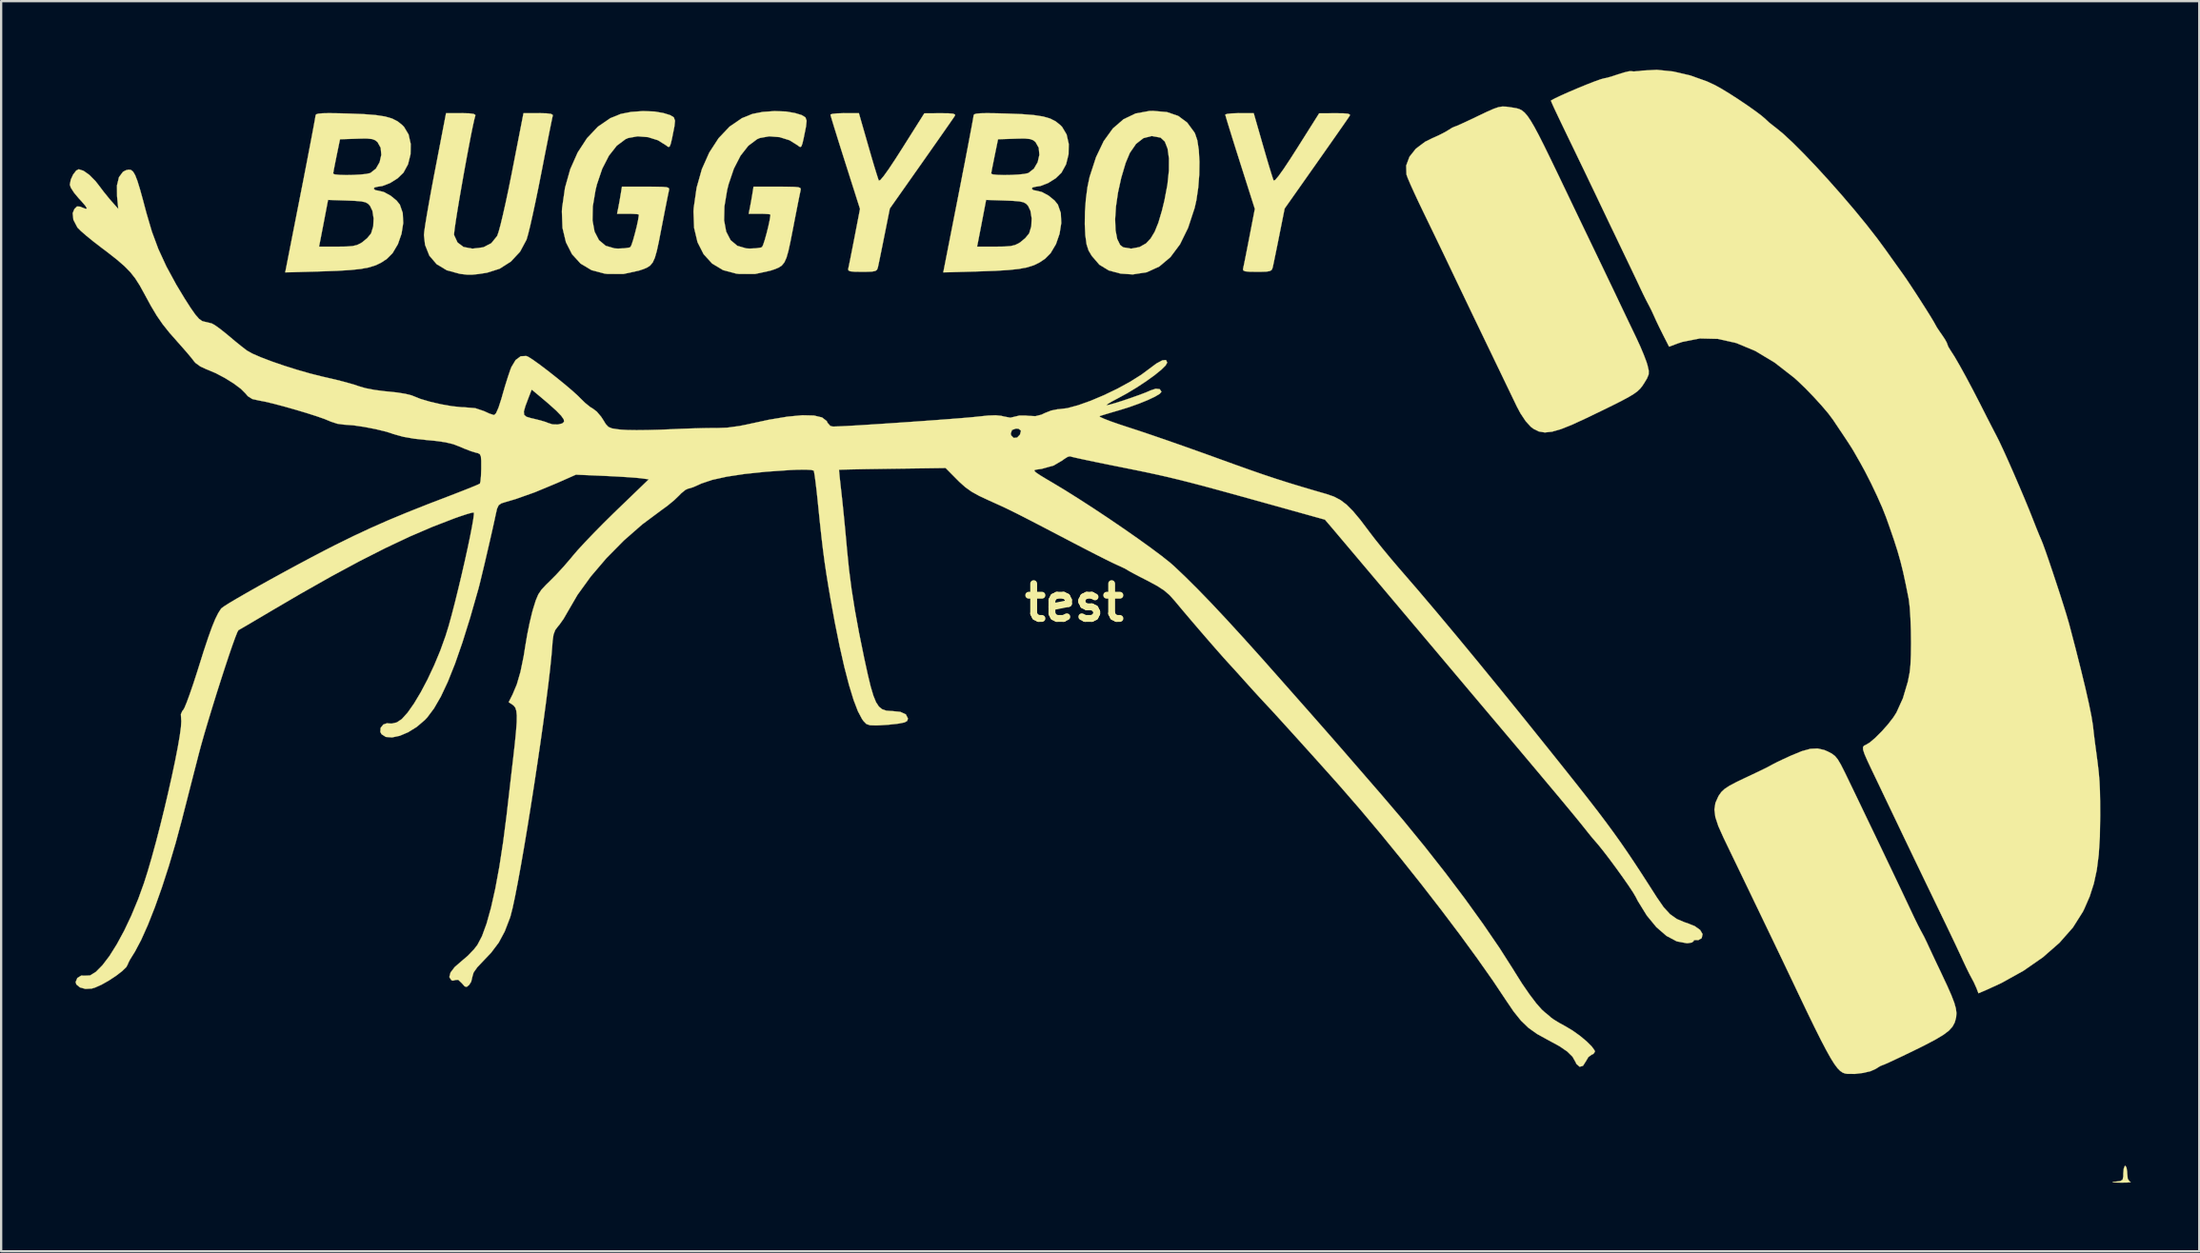
<source format=kicad_pcb>
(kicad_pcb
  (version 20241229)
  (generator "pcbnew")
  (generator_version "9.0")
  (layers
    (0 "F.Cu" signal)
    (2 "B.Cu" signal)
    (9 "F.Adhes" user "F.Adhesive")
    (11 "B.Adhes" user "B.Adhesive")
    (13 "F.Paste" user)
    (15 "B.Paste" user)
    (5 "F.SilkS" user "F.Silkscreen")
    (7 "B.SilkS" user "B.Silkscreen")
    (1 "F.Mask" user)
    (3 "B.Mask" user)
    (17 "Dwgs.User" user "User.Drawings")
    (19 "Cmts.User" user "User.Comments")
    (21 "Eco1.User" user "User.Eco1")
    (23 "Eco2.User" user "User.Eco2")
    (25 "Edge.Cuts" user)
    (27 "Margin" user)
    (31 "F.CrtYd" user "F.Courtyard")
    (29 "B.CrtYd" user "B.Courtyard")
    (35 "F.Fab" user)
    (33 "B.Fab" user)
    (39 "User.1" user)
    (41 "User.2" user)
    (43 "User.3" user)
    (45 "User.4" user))
  (footprint "test"
    (layer "F.Cu")
    (at 43.947 23.322)
    (property "Reference" "test" (at 0 0 0) (layer "F.SilkS") (effects (font (size 1.524 1.524) (thickness 0.3))))
    (attr through_hole)
    (fp_poly (pts (xy 46.027 24.713) (xy 46.057 24.9) (xy 46.059 24.97) (xy 46.083 25.211) (xy 46.164 25.325) (xy 46.207 25.342) (xy 46.205 25.36) (xy 46.063 25.372) (xy 45.81 25.376) (xy 45.762 25.375) (xy 45.511 25.37) (xy 45.413 25.359) (xy 45.476 25.343) (xy 45.529 25.338) (xy 45.755 25.31) (xy 45.859 25.248) (xy 45.888 25.103) (xy 45.889 24.972) (xy 45.908 24.762) (xy 45.956 24.646) (xy 45.974 24.638) (xy 46.027 24.713)) (stroke (width 0.01) (type solid)) (fill yes) (layer "F.SilkS"))
    (fp_poly (pts (xy -9.018 -20.003) (xy -8.882 -19.532) (xy -8.758 -19.114) (xy -8.655 -18.777) (xy -8.582 -18.551) (xy -8.552 -18.469) (xy -8.486 -18.495) (xy -8.34 -18.666) (xy -8.115 -18.98) (xy -7.814 -19.434) (xy -7.527 -19.883) (xy -6.562 -21.413) (xy -5.859 -21.417) (xy -5.511 -21.414) (xy -5.306 -21.397) (xy -5.219 -21.362) (xy -5.224 -21.308) (xy -5.289 -21.211) (xy -5.438 -20.995) (xy -5.659 -20.678) (xy -5.938 -20.279) (xy -6.263 -19.816) (xy -6.62 -19.308) (xy -6.681 -19.221) (xy -8.071 -17.248) (xy -8.31 -16.054) (xy -8.399 -15.61) (xy -8.48 -15.212) (xy -8.545 -14.897) (xy -8.587 -14.701) (xy -8.594 -14.668) (xy -8.63 -14.572) (xy -8.706 -14.515) (xy -8.86 -14.487) (xy -9.13 -14.478) (xy -9.282 -14.478) (xy -9.609 -14.482) (xy -9.798 -14.5) (xy -9.882 -14.539) (xy -9.892 -14.606) (xy -9.887 -14.626) (xy -9.858 -14.759) (xy -9.804 -15.025) (xy -9.732 -15.389) (xy -9.648 -15.818) (xy -9.612 -16.002) (xy -9.375 -17.23) (xy -10.021 -19.262) (xy -10.198 -19.82) (xy -10.356 -20.324) (xy -10.489 -20.752) (xy -10.59 -21.082) (xy -10.652 -21.292) (xy -10.668 -21.358) (xy -10.59 -21.388) (xy -10.385 -21.41) (xy -10.094 -21.42) (xy -10.047 -21.421) (xy -9.425 -21.421) (xy -9.018 -20.003)) (stroke (width 0.01) (type solid)) (fill yes) (layer "F.SilkS"))
    (fp_poly (pts (xy 8.254 -20.003) (xy 8.39 -19.532) (xy 8.514 -19.114) (xy 8.617 -18.777) (xy 8.69 -18.551) (xy 8.72 -18.469) (xy 8.786 -18.495) (xy 8.932 -18.666) (xy 9.157 -18.98) (xy 9.458 -19.434) (xy 9.745 -19.883) (xy 10.71 -21.413) (xy 11.413 -21.417) (xy 11.761 -21.414) (xy 11.966 -21.397) (xy 12.053 -21.362) (xy 12.048 -21.308) (xy 11.983 -21.211) (xy 11.834 -20.995) (xy 11.613 -20.678) (xy 11.334 -20.279) (xy 11.009 -19.816) (xy 10.652 -19.308) (xy 10.591 -19.221) (xy 9.201 -17.248) (xy 8.962 -16.054) (xy 8.873 -15.61) (xy 8.792 -15.212) (xy 8.727 -14.897) (xy 8.685 -14.701) (xy 8.678 -14.668) (xy 8.642 -14.572) (xy 8.566 -14.515) (xy 8.412 -14.487) (xy 8.142 -14.478) (xy 7.99 -14.478) (xy 7.663 -14.482) (xy 7.474 -14.5) (xy 7.39 -14.539) (xy 7.38 -14.606) (xy 7.385 -14.626) (xy 7.414 -14.759) (xy 7.468 -15.025) (xy 7.54 -15.389) (xy 7.624 -15.818) (xy 7.66 -16.002) (xy 7.897 -17.23) (xy 7.251 -19.262) (xy 7.074 -19.82) (xy 6.916 -20.324) (xy 6.783 -20.752) (xy 6.682 -21.082) (xy 6.62 -21.292) (xy 6.604 -21.358) (xy 6.682 -21.388) (xy 6.887 -21.41) (xy 7.178 -21.42) (xy 7.225 -21.421) (xy 7.847 -21.421) (xy 8.254 -20.003)) (stroke (width 0.01) (type solid)) (fill yes) (layer "F.SilkS"))
    (fp_poly (pts (xy 4.055 -21.467) (xy 4.544 -21.3) (xy 4.936 -21.009) (xy 5.25 -20.584) (xy 5.279 -20.532) (xy 5.38 -20.233) (xy 5.445 -19.808) (xy 5.473 -19.294) (xy 5.465 -18.732) (xy 5.42 -18.159) (xy 5.34 -17.614) (xy 5.263 -17.272) (xy 4.976 -16.4) (xy 4.623 -15.682) (xy 4.204 -15.12) (xy 3.72 -14.712) (xy 3.171 -14.46) (xy 2.559 -14.364) (xy 2.024 -14.4) (xy 1.505 -14.539) (xy 1.094 -14.791) (xy 0.761 -15.178) (xy 0.624 -15.409) (xy 0.536 -15.681) (xy 0.481 -16.08) (xy 0.458 -16.569) (xy 0.461 -16.777) (xy 1.785 -16.777) (xy 1.803 -16.296) (xy 1.876 -15.914) (xy 2.004 -15.654) (xy 2.136 -15.551) (xy 2.485 -15.492) (xy 2.852 -15.561) (xy 3.136 -15.721) (xy 3.34 -15.938) (xy 3.517 -16.232) (xy 3.677 -16.629) (xy 3.833 -17.154) (xy 3.944 -17.611) (xy 4.073 -18.292) (xy 4.138 -18.908) (xy 4.14 -19.44) (xy 4.08 -19.869) (xy 3.959 -20.177) (xy 3.779 -20.346) (xy 3.764 -20.352) (xy 3.38 -20.42) (xy 3.023 -20.327) (xy 2.704 -20.08) (xy 2.431 -19.685) (xy 2.245 -19.244) (xy 2.052 -18.59) (xy 1.91 -17.946) (xy 1.821 -17.334) (xy 1.785 -16.777) (xy 0.461 -16.777) (xy 0.466 -17.109) (xy 0.506 -17.662) (xy 0.575 -18.188) (xy 0.668 -18.627) (xy 0.948 -19.491) (xy 1.286 -20.198) (xy 1.686 -20.751) (xy 2.15 -21.153) (xy 2.682 -21.407) (xy 3.284 -21.516) (xy 3.451 -21.52) (xy 4.055 -21.467)) (stroke (width 0.01) (type solid)) (fill yes) (layer "F.SilkS"))
    (fp_poly (pts (xy -26.477 -21.413) (xy -26.277 -21.388) (xy -26.202 -21.342) (xy -26.203 -21.315) (xy -26.251 -21.135) (xy -26.319 -20.825) (xy -26.403 -20.41) (xy -26.498 -19.915) (xy -26.601 -19.366) (xy -26.706 -18.789) (xy -26.808 -18.209) (xy -26.905 -17.65) (xy -26.99 -17.14) (xy -27.059 -16.702) (xy -27.108 -16.364) (xy -27.133 -16.149) (xy -27.133 -16.087) (xy -26.983 -15.763) (xy -26.722 -15.566) (xy -26.348 -15.494) (xy -26.312 -15.494) (xy -25.852 -15.552) (xy -25.504 -15.731) (xy -25.256 -16.038) (xy -25.24 -16.068) (xy -25.184 -16.23) (xy -25.101 -16.534) (xy -24.999 -16.958) (xy -24.882 -17.477) (xy -24.756 -18.067) (xy -24.627 -18.704) (xy -24.588 -18.902) (xy -24.096 -21.421) (xy -23.438 -21.421) (xy -23.09 -21.413) (xy -22.889 -21.388) (xy -22.815 -21.341) (xy -22.816 -21.315) (xy -22.84 -21.207) (xy -22.892 -20.956) (xy -22.968 -20.581) (xy -23.062 -20.105) (xy -23.172 -19.55) (xy -23.291 -18.938) (xy -23.324 -18.771) (xy -23.452 -18.125) (xy -23.579 -17.512) (xy -23.698 -16.957) (xy -23.805 -16.486) (xy -23.894 -16.126) (xy -23.958 -15.903) (xy -23.965 -15.882) (xy -24.246 -15.359) (xy -24.648 -14.927) (xy -25.143 -14.612) (xy -25.699 -14.437) (xy -25.7 -14.437) (xy -26.072 -14.38) (xy -26.339 -14.353) (xy -26.565 -14.354) (xy -26.811 -14.381) (xy -26.885 -14.392) (xy -27.45 -14.544) (xy -27.896 -14.812) (xy -28.216 -15.187) (xy -28.403 -15.66) (xy -28.451 -16.086) (xy -28.436 -16.243) (xy -28.393 -16.542) (xy -28.324 -16.961) (xy -28.234 -17.475) (xy -28.128 -18.061) (xy -28.009 -18.696) (xy -27.969 -18.902) (xy -27.484 -21.421) (xy -26.825 -21.421) (xy -26.477 -21.413)) (stroke (width 0.01) (type solid)) (fill yes) (layer "F.SilkS"))
    (fp_poly (pts (xy -18.366 -21.493) (xy -17.978 -21.426) (xy -17.682 -21.335) (xy -17.521 -21.238) (xy -17.468 -21.09) (xy -17.494 -20.843) (xy -17.524 -20.691) (xy -17.599 -20.316) (xy -17.654 -20.082) (xy -17.701 -19.965) (xy -17.75 -19.938) (xy -17.815 -19.977) (xy -17.851 -20.007) (xy -18.215 -20.235) (xy -18.651 -20.371) (xy -19.103 -20.407) (xy -19.512 -20.334) (xy -19.634 -20.282) (xy -20.017 -19.995) (xy -20.359 -19.559) (xy -20.651 -18.991) (xy -20.883 -18.308) (xy -20.944 -18.06) (xy -21.065 -17.341) (xy -21.078 -16.731) (xy -20.988 -16.237) (xy -20.794 -15.864) (xy -20.501 -15.617) (xy -20.109 -15.503) (xy -19.954 -15.495) (xy -19.685 -15.507) (xy -19.481 -15.537) (xy -19.42 -15.559) (xy -19.371 -15.656) (xy -19.3 -15.87) (xy -19.221 -16.155) (xy -19.144 -16.46) (xy -19.084 -16.739) (xy -19.052 -16.943) (xy -19.05 -16.985) (xy -19.127 -17.003) (xy -19.325 -17.015) (xy -19.526 -17.018) (xy -20.003 -17.018) (xy -19.947 -17.293) (xy -19.894 -17.576) (xy -19.843 -17.877) (xy -19.841 -17.886) (xy -19.79 -18.203) (xy -18.741 -18.203) (xy -18.305 -18.202) (xy -18.012 -18.196) (xy -17.835 -18.18) (xy -17.748 -18.149) (xy -17.724 -18.097) (xy -17.737 -18.02) (xy -17.739 -18.013) (xy -17.77 -17.869) (xy -17.826 -17.591) (xy -17.902 -17.209) (xy -17.99 -16.755) (xy -18.067 -16.359) (xy -18.175 -15.804) (xy -18.265 -15.39) (xy -18.35 -15.093) (xy -18.443 -14.888) (xy -18.558 -14.75) (xy -18.707 -14.655) (xy -18.904 -14.578) (xy -19.05 -14.53) (xy -19.721 -14.384) (xy -20.404 -14.383) (xy -20.55 -14.4) (xy -21.123 -14.553) (xy -21.6 -14.839) (xy -21.974 -15.249) (xy -22.24 -15.773) (xy -22.39 -16.399) (xy -22.417 -17.118) (xy -22.408 -17.272) (xy -22.28 -18.157) (xy -22.05 -18.971) (xy -21.727 -19.698) (xy -21.32 -20.323) (xy -20.841 -20.829) (xy -20.299 -21.201) (xy -19.841 -21.386) (xy -19.387 -21.475) (xy -18.87 -21.511) (xy -18.366 -21.493)) (stroke (width 0.01) (type solid)) (fill yes) (layer "F.SilkS"))
    (fp_poly (pts (xy -12.609 -21.493) (xy -12.221 -21.426) (xy -11.924 -21.335) (xy -11.764 -21.238) (xy -11.711 -21.09) (xy -11.737 -20.843) (xy -11.766 -20.691) (xy -11.842 -20.316) (xy -11.897 -20.082) (xy -11.943 -19.965) (xy -11.993 -19.938) (xy -12.058 -19.977) (xy -12.094 -20.007) (xy -12.458 -20.235) (xy -12.894 -20.371) (xy -13.346 -20.407) (xy -13.755 -20.334) (xy -13.877 -20.282) (xy -14.26 -19.995) (xy -14.602 -19.559) (xy -14.894 -18.991) (xy -15.125 -18.308) (xy -15.187 -18.06) (xy -15.307 -17.341) (xy -15.321 -16.731) (xy -15.23 -16.237) (xy -15.037 -15.864) (xy -14.743 -15.617) (xy -14.352 -15.503) (xy -14.196 -15.495) (xy -13.927 -15.507) (xy -13.724 -15.537) (xy -13.663 -15.559) (xy -13.614 -15.656) (xy -13.543 -15.87) (xy -13.463 -16.155) (xy -13.387 -16.46) (xy -13.327 -16.739) (xy -13.295 -16.943) (xy -13.293 -16.985) (xy -13.369 -17.003) (xy -13.568 -17.015) (xy -13.769 -17.018) (xy -14.245 -17.018) (xy -14.19 -17.293) (xy -14.137 -17.576) (xy -14.085 -17.877) (xy -14.084 -17.886) (xy -14.033 -18.203) (xy -12.984 -18.203) (xy -12.548 -18.202) (xy -12.255 -18.196) (xy -12.078 -18.18) (xy -11.991 -18.149) (xy -11.967 -18.097) (xy -11.98 -18.02) (xy -11.981 -18.013) (xy -12.012 -17.869) (xy -12.069 -17.591) (xy -12.144 -17.209) (xy -12.233 -16.755) (xy -12.309 -16.359) (xy -12.418 -15.804) (xy -12.508 -15.39) (xy -12.593 -15.093) (xy -12.686 -14.888) (xy -12.8 -14.75) (xy -12.95 -14.655) (xy -13.147 -14.578) (xy -13.293 -14.53) (xy -13.964 -14.384) (xy -14.647 -14.383) (xy -14.793 -14.4) (xy -15.366 -14.553) (xy -15.843 -14.839) (xy -16.217 -15.249) (xy -16.483 -15.773) (xy -16.632 -16.399) (xy -16.66 -17.118) (xy -16.65 -17.272) (xy -16.523 -18.157) (xy -16.293 -18.971) (xy -15.969 -19.698) (xy -15.563 -20.323) (xy -15.084 -20.829) (xy -14.542 -21.201) (xy -14.084 -21.386) (xy -13.63 -21.475) (xy -13.113 -21.511) (xy -12.609 -21.493)) (stroke (width 0.01) (type solid)) (fill yes) (layer "F.SilkS"))
    (fp_poly (pts (xy 18.887 -21.705) (xy 19.034 -21.685) (xy 19.199 -21.66) (xy 19.34 -21.636) (xy 19.465 -21.6) (xy 19.582 -21.54) (xy 19.699 -21.444) (xy 19.823 -21.3) (xy 19.961 -21.097) (xy 20.123 -20.822) (xy 20.315 -20.463) (xy 20.545 -20.008) (xy 20.82 -19.446) (xy 21.149 -18.764) (xy 21.539 -17.95) (xy 21.863 -17.272) (xy 22.07 -16.84) (xy 22.32 -16.32) (xy 22.58 -15.779) (xy 22.819 -15.282) (xy 23.058 -14.785) (xy 23.317 -14.243) (xy 23.566 -13.724) (xy 23.771 -13.293) (xy 23.993 -12.826) (xy 24.24 -12.309) (xy 24.473 -11.822) (xy 24.58 -11.599) (xy 24.757 -11.215) (xy 24.915 -10.839) (xy 25.032 -10.528) (xy 25.072 -10.399) (xy 25.127 -10.161) (xy 25.125 -9.99) (xy 25.053 -9.813) (xy 24.929 -9.608) (xy 24.842 -9.476) (xy 24.749 -9.36) (xy 24.632 -9.25) (xy 24.473 -9.134) (xy 24.253 -9.001) (xy 23.954 -8.84) (xy 23.557 -8.639) (xy 23.044 -8.388) (xy 22.396 -8.076) (xy 22.394 -8.075) (xy 21.783 -7.792) (xy 21.292 -7.596) (xy 20.9 -7.483) (xy 20.583 -7.449) (xy 20.32 -7.492) (xy 20.088 -7.607) (xy 19.97 -7.697) (xy 19.749 -7.938) (xy 19.517 -8.286) (xy 19.365 -8.571) (xy 19.214 -8.884) (xy 19.015 -9.299) (xy 18.79 -9.765) (xy 18.567 -10.229) (xy 18.539 -10.287) (xy 17.96 -11.489) (xy 17.453 -12.542) (xy 17.018 -13.451) (xy 16.651 -14.217) (xy 16.426 -14.69) (xy 16.237 -15.086) (xy 15.997 -15.587) (xy 15.729 -16.142) (xy 15.458 -16.703) (xy 15.285 -17.06) (xy 15.06 -17.529) (xy 14.859 -17.96) (xy 14.695 -18.324) (xy 14.581 -18.593) (xy 14.53 -18.736) (xy 14.518 -19.128) (xy 14.661 -19.512) (xy 14.941 -19.866) (xy 15.345 -20.169) (xy 15.663 -20.326) (xy 15.962 -20.461) (xy 16.23 -20.599) (xy 16.354 -20.674) (xy 16.526 -20.781) (xy 16.633 -20.828) (xy 16.635 -20.828) (xy 16.729 -20.863) (xy 16.944 -20.958) (xy 17.249 -21.099) (xy 17.613 -21.272) (xy 17.649 -21.29) (xy 18.053 -21.482) (xy 18.341 -21.609) (xy 18.552 -21.682) (xy 18.722 -21.71) (xy 18.887 -21.705)) (stroke (width 0.01) (type solid)) (fill yes) (layer "F.SilkS"))
    (fp_poly (pts (xy 32.811 6.447) (xy 32.972 6.517) (xy 33.143 6.608) (xy 33.278 6.711) (xy 33.399 6.859) (xy 33.532 7.083) (xy 33.7 7.415) (xy 33.793 7.606) (xy 34.232 8.517) (xy 34.665 9.42) (xy 35.084 10.292) (xy 35.477 11.114) (xy 35.836 11.866) (xy 36.15 12.525) (xy 36.409 13.072) (xy 36.592 13.462) (xy 36.755 13.806) (xy 36.906 14.113) (xy 37.021 14.335) (xy 37.053 14.393) (xy 37.175 14.62) (xy 37.302 14.883) (xy 37.31 14.901) (xy 37.397 15.09) (xy 37.538 15.392) (xy 37.714 15.766) (xy 37.908 16.173) (xy 37.927 16.214) (xy 38.184 16.761) (xy 38.37 17.183) (xy 38.494 17.507) (xy 38.564 17.756) (xy 38.589 17.956) (xy 38.576 18.133) (xy 38.572 18.158) (xy 38.515 18.367) (xy 38.416 18.552) (xy 38.256 18.728) (xy 38.014 18.911) (xy 37.67 19.117) (xy 37.204 19.362) (xy 36.79 19.567) (xy 36.348 19.781) (xy 35.957 19.967) (xy 35.645 20.113) (xy 35.435 20.206) (xy 35.356 20.235) (xy 35.247 20.28) (xy 35.074 20.389) (xy 35.064 20.396) (xy 34.835 20.499) (xy 34.505 20.577) (xy 34.144 20.62) (xy 33.82 20.618) (xy 33.721 20.603) (xy 33.615 20.565) (xy 33.505 20.491) (xy 33.384 20.367) (xy 33.246 20.181) (xy 33.084 19.922) (xy 32.891 19.576) (xy 32.659 19.133) (xy 32.382 18.58) (xy 32.054 17.904) (xy 31.667 17.094) (xy 31.39 16.51) (xy 31.208 16.129) (xy 30.98 15.65) (xy 30.731 15.131) (xy 30.489 14.625) (xy 30.438 14.52) (xy 30.181 13.985) (xy 29.892 13.384) (xy 29.606 12.789) (xy 29.356 12.27) (xy 29.339 12.234) (xy 29.102 11.742) (xy 28.847 11.213) (xy 28.604 10.709) (xy 28.404 10.293) (xy 28.401 10.287) (xy 28.174 9.781) (xy 28.042 9.38) (xy 28.001 9.05) (xy 28.046 8.759) (xy 28.174 8.473) (xy 28.194 8.439) (xy 28.305 8.283) (xy 28.453 8.145) (xy 28.67 8.004) (xy 28.988 7.837) (xy 29.285 7.695) (xy 29.655 7.521) (xy 29.978 7.367) (xy 30.217 7.25) (xy 30.332 7.193) (xy 30.569 7.065) (xy 30.77 6.962) (xy 30.999 6.854) (xy 31.316 6.708) (xy 31.345 6.695) (xy 31.822 6.498) (xy 32.199 6.394) (xy 32.516 6.379) (xy 32.811 6.447)) (stroke (width 0.01) (type solid)) (fill yes) (layer "F.SilkS"))
    (fp_poly (pts (xy -32.183 -21.415) (xy -31.729 -21.403) (xy -31.068 -21.377) (xy -30.55 -21.336) (xy -30.15 -21.274) (xy -29.841 -21.184) (xy -29.598 -21.059) (xy -29.395 -20.895) (xy -29.321 -20.818) (xy -29.124 -20.489) (xy -29.03 -20.074) (xy -29.038 -19.622) (xy -29.148 -19.182) (xy -29.348 -18.816) (xy -29.601 -18.571) (xy -29.93 -18.364) (xy -30.269 -18.233) (xy -30.459 -18.205) (xy -30.608 -18.172) (xy -30.649 -18.119) (xy -30.578 -18.051) (xy -30.47 -18.034) (xy -30.21 -17.972) (xy -29.915 -17.813) (xy -29.65 -17.598) (xy -29.506 -17.419) (xy -29.379 -17.053) (xy -29.358 -16.612) (xy -29.432 -16.142) (xy -29.591 -15.687) (xy -29.823 -15.296) (xy -30.068 -15.049) (xy -30.303 -14.891) (xy -30.554 -14.767) (xy -30.847 -14.674) (xy -31.209 -14.605) (xy -31.664 -14.557) (xy -32.24 -14.522) (xy -32.86 -14.5) (xy -34.52 -14.453) (xy -34.299 -15.579) (xy -33.041 -15.579) (xy -32.239 -15.579) (xy -31.843 -15.584) (xy -31.572 -15.605) (xy -31.378 -15.651) (xy -31.218 -15.728) (xy -31.15 -15.772) (xy -30.935 -15.95) (xy -30.775 -16.142) (xy -30.758 -16.174) (xy -30.669 -16.471) (xy -30.653 -16.819) (xy -30.705 -17.146) (xy -30.811 -17.368) (xy -30.901 -17.461) (xy -31.015 -17.522) (xy -31.19 -17.56) (xy -31.465 -17.583) (xy -31.809 -17.597) (xy -32.646 -17.625) (xy -32.797 -16.835) (xy -32.869 -16.46) (xy -32.934 -16.125) (xy -32.981 -15.88) (xy -32.995 -15.812) (xy -33.041 -15.579) (xy -34.299 -15.579) (xy -33.857 -17.831) (xy -33.712 -18.567) (xy -33.672 -18.775) (xy -32.423 -18.775) (xy -32.349 -18.74) (xy -32.149 -18.72) (xy -31.868 -18.712) (xy -31.55 -18.717) (xy -31.237 -18.734) (xy -30.974 -18.761) (xy -30.804 -18.799) (xy -30.794 -18.803) (xy -30.553 -18.992) (xy -30.39 -19.274) (xy -30.316 -19.596) (xy -30.344 -19.907) (xy -30.483 -20.154) (xy -30.588 -20.238) (xy -30.721 -20.287) (xy -30.925 -20.308) (xy -31.241 -20.307) (xy -31.39 -20.302) (xy -32.124 -20.278) (xy -32.272 -19.558) (xy -32.339 -19.226) (xy -32.391 -18.959) (xy -32.42 -18.799) (xy -32.423 -18.775) (xy -33.672 -18.775) (xy -33.579 -19.254) (xy -33.46 -19.873) (xy -33.358 -20.406) (xy -33.278 -20.834) (xy -33.222 -21.14) (xy -33.194 -21.305) (xy -33.191 -21.326) (xy -33.165 -21.369) (xy -33.072 -21.398) (xy -32.892 -21.415) (xy -32.603 -21.42) (xy -32.183 -21.415)) (stroke (width 0.01) (type solid)) (fill yes) (layer "F.SilkS"))
    (fp_poly (pts (xy -3.397 -21.415) (xy -2.942 -21.403) (xy -2.281 -21.377) (xy -1.764 -21.336) (xy -1.364 -21.274) (xy -1.055 -21.184) (xy -0.812 -21.059) (xy -0.609 -20.895) (xy -0.534 -20.818) (xy -0.338 -20.489) (xy -0.244 -20.074) (xy -0.252 -19.622) (xy -0.361 -19.182) (xy -0.562 -18.816) (xy -0.814 -18.571) (xy -1.144 -18.364) (xy -1.482 -18.233) (xy -1.672 -18.205) (xy -1.821 -18.172) (xy -1.863 -18.119) (xy -1.791 -18.051) (xy -1.684 -18.034) (xy -1.423 -17.972) (xy -1.128 -17.813) (xy -0.864 -17.598) (xy -0.72 -17.419) (xy -0.592 -17.053) (xy -0.571 -16.612) (xy -0.646 -16.142) (xy -0.804 -15.687) (xy -1.037 -15.296) (xy -1.281 -15.049) (xy -1.516 -14.891) (xy -1.767 -14.767) (xy -2.06 -14.674) (xy -2.422 -14.605) (xy -2.878 -14.557) (xy -3.454 -14.522) (xy -4.073 -14.5) (xy -5.733 -14.453) (xy -5.512 -15.579) (xy -4.255 -15.579) (xy -3.452 -15.579) (xy -3.057 -15.584) (xy -2.785 -15.605) (xy -2.592 -15.651) (xy -2.431 -15.728) (xy -2.363 -15.772) (xy -2.149 -15.95) (xy -1.989 -16.142) (xy -1.971 -16.174) (xy -1.882 -16.471) (xy -1.866 -16.819) (xy -1.918 -17.146) (xy -2.024 -17.368) (xy -2.114 -17.461) (xy -2.228 -17.522) (xy -2.404 -17.56) (xy -2.678 -17.583) (xy -3.023 -17.597) (xy -3.859 -17.625) (xy -4.01 -16.835) (xy -4.082 -16.46) (xy -4.147 -16.125) (xy -4.195 -15.88) (xy -4.208 -15.812) (xy -4.255 -15.579) (xy -5.512 -15.579) (xy -5.07 -17.831) (xy -4.926 -18.567) (xy -4.886 -18.775) (xy -3.637 -18.775) (xy -3.562 -18.74) (xy -3.363 -18.72) (xy -3.082 -18.712) (xy -2.763 -18.717) (xy -2.45 -18.734) (xy -2.187 -18.761) (xy -2.017 -18.799) (xy -2.008 -18.803) (xy -1.767 -18.992) (xy -1.603 -19.274) (xy -1.529 -19.596) (xy -1.557 -19.907) (xy -1.697 -20.154) (xy -1.801 -20.238) (xy -1.935 -20.287) (xy -2.139 -20.308) (xy -2.454 -20.307) (xy -2.603 -20.302) (xy -3.338 -20.278) (xy -3.485 -19.558) (xy -3.552 -19.226) (xy -3.605 -18.959) (xy -3.634 -18.799) (xy -3.637 -18.775) (xy -4.886 -18.775) (xy -4.792 -19.254) (xy -4.673 -19.873) (xy -4.572 -20.406) (xy -4.491 -20.834) (xy -4.435 -21.14) (xy -4.407 -21.305) (xy -4.405 -21.326) (xy -4.378 -21.369) (xy -4.285 -21.398) (xy -4.105 -21.415) (xy -3.816 -21.42) (xy -3.397 -21.415)) (stroke (width 0.01) (type solid)) (fill yes) (layer "F.SilkS"))
    (fp_poly (pts (xy 26.195 -23.244) (xy 26.94 -23.072) (xy 27.673 -22.811) (xy 28.016 -22.652) (xy 28.299 -22.496) (xy 28.651 -22.282) (xy 29.037 -22.034) (xy 29.424 -21.773) (xy 29.777 -21.524) (xy 30.062 -21.31) (xy 30.243 -21.155) (xy 30.268 -21.129) (xy 30.387 -21.019) (xy 30.581 -20.864) (xy 30.649 -20.813) (xy 30.992 -20.534) (xy 31.417 -20.14) (xy 31.905 -19.653) (xy 32.439 -19.094) (xy 32.998 -18.483) (xy 33.565 -17.842) (xy 34.119 -17.193) (xy 34.642 -16.555) (xy 35.115 -15.95) (xy 35.475 -15.461) (xy 35.723 -15.113) (xy 35.974 -14.761) (xy 36.185 -14.466) (xy 36.237 -14.394) (xy 36.394 -14.169) (xy 36.597 -13.865) (xy 36.827 -13.514) (xy 37.063 -13.148) (xy 37.286 -12.798) (xy 37.475 -12.495) (xy 37.609 -12.271) (xy 37.669 -12.16) (xy 37.736 -12.041) (xy 37.868 -11.844) (xy 37.944 -11.737) (xy 38.085 -11.526) (xy 38.172 -11.368) (xy 38.185 -11.325) (xy 38.23 -11.205) (xy 38.338 -11.027) (xy 38.343 -11.02) (xy 38.507 -10.764) (xy 38.73 -10.379) (xy 39 -9.891) (xy 39.302 -9.323) (xy 39.624 -8.699) (xy 39.699 -8.551) (xy 39.898 -8.158) (xy 40.083 -7.797) (xy 40.232 -7.507) (xy 40.325 -7.329) (xy 40.328 -7.324) (xy 40.458 -7.066) (xy 40.637 -6.684) (xy 40.851 -6.211) (xy 41.085 -5.68) (xy 41.325 -5.124) (xy 41.557 -4.577) (xy 41.766 -4.071) (xy 41.938 -3.638) (xy 41.954 -3.598) (xy 42.084 -3.267) (xy 42.207 -2.965) (xy 42.297 -2.755) (xy 42.299 -2.752) (xy 42.373 -2.566) (xy 42.487 -2.251) (xy 42.63 -1.839) (xy 42.791 -1.362) (xy 42.96 -0.852) (xy 43.127 -0.342) (xy 43.279 0.136) (xy 43.407 0.55) (xy 43.5 0.868) (xy 43.518 0.931) (xy 43.792 1.976) (xy 44.029 2.913) (xy 44.227 3.731) (xy 44.383 4.421) (xy 44.495 4.972) (xy 44.56 5.375) (xy 44.569 5.461) (xy 44.597 5.712) (xy 44.64 6.061) (xy 44.69 6.436) (xy 44.696 6.477) (xy 44.765 7) (xy 44.815 7.432) (xy 44.847 7.825) (xy 44.866 8.231) (xy 44.875 8.702) (xy 44.878 9.288) (xy 44.878 9.313) (xy 44.863 10.233) (xy 44.815 11.016) (xy 44.729 11.692) (xy 44.599 12.292) (xy 44.421 12.847) (xy 44.187 13.386) (xy 44.119 13.525) (xy 43.684 14.213) (xy 43.096 14.881) (xy 42.37 15.516) (xy 41.522 16.105) (xy 40.569 16.635) (xy 39.948 16.922) (xy 39.552 17.091) (xy 39.465 16.864) (xy 39.35 16.608) (xy 39.252 16.425) (xy 39.155 16.243) (xy 39.018 15.964) (xy 38.87 15.649) (xy 38.864 15.635) (xy 38.736 15.359) (xy 38.554 14.971) (xy 38.336 14.512) (xy 38.102 14.024) (xy 37.96 13.73) (xy 37.367 12.5) (xy 36.826 11.377) (xy 36.316 10.314) (xy 35.816 9.267) (xy 35.777 9.186) (xy 35.548 8.707) (xy 35.314 8.216) (xy 35.098 7.764) (xy 34.924 7.401) (xy 34.887 7.324) (xy 34.691 6.908) (xy 34.565 6.618) (xy 34.504 6.429) (xy 34.502 6.316) (xy 34.551 6.254) (xy 34.612 6.228) (xy 34.794 6.121) (xy 35.04 5.912) (xy 35.317 5.635) (xy 35.59 5.328) (xy 35.826 5.024) (xy 35.963 4.81) (xy 36.247 4.184) (xy 36.464 3.455) (xy 36.544 3.048) (xy 36.578 2.722) (xy 36.597 2.274) (xy 36.603 1.752) (xy 36.596 1.204) (xy 36.577 0.674) (xy 36.547 0.212) (xy 36.506 -0.137) (xy 36.497 -0.185) (xy 36.371 -0.814) (xy 36.258 -1.336) (xy 36.144 -1.798) (xy 36.016 -2.248) (xy 35.862 -2.732) (xy 35.668 -3.296) (xy 35.516 -3.725) (xy 35.346 -4.155) (xy 35.116 -4.674) (xy 34.853 -5.227) (xy 34.583 -5.757) (xy 34.374 -6.138) (xy 34.232 -6.385) (xy 34.112 -6.596) (xy 34.083 -6.646) (xy 33.988 -6.801) (xy 33.832 -7.043) (xy 33.652 -7.315) (xy 33.463 -7.596) (xy 33.296 -7.846) (xy 33.189 -8.006) (xy 32.988 -8.275) (xy 32.697 -8.618) (xy 32.353 -8.996) (xy 31.992 -9.37) (xy 31.649 -9.7) (xy 31.496 -9.838) (xy 30.635 -10.508) (xy 29.789 -11.016) (xy 28.959 -11.362) (xy 28.15 -11.544) (xy 27.365 -11.562) (xy 26.606 -11.415) (xy 26.408 -11.348) (xy 26.019 -11.202) (xy 25.756 -11.718) (xy 25.598 -12.035) (xy 25.453 -12.339) (xy 25.366 -12.531) (xy 25.246 -12.793) (xy 25.127 -13.027) (xy 25.12 -13.039) (xy 25.018 -13.233) (xy 24.881 -13.51) (xy 24.783 -13.716) (xy 24.674 -13.949) (xy 24.508 -14.299) (xy 24.304 -14.727) (xy 24.078 -15.198) (xy 23.916 -15.536) (xy 23.674 -16.042) (xy 23.427 -16.556) (xy 23.199 -17.034) (xy 23.01 -17.431) (xy 22.924 -17.611) (xy 22.768 -17.938) (xy 22.56 -18.372) (xy 22.322 -18.87) (xy 22.073 -19.385) (xy 21.929 -19.685) (xy 21.61 -20.345) (xy 21.358 -20.869) (xy 21.166 -21.27) (xy 21.027 -21.564) (xy 20.933 -21.767) (xy 20.878 -21.893) (xy 20.854 -21.958) (xy 20.853 -21.975) (xy 21.033 -22.072) (xy 21.316 -22.206) (xy 21.668 -22.362) (xy 22.052 -22.525) (xy 22.43 -22.68) (xy 22.768 -22.811) (xy 23.029 -22.904) (xy 23.176 -22.944) (xy 23.184 -22.945) (xy 23.311 -22.971) (xy 23.544 -23.039) (xy 23.789 -23.12) (xy 24.062 -23.205) (xy 24.27 -23.254) (xy 24.361 -23.256) (xy 24.476 -23.245) (xy 24.698 -23.262) (xy 24.85 -23.283) (xy 25.483 -23.317) (xy 26.195 -23.244)) (stroke (width 0.01) (type solid)) (fill yes) (layer "F.SilkS"))
    (fp_poly (pts (xy -43.342 -18.898) (xy -43.085 -18.715) (xy -42.821 -18.448) (xy -42.674 -18.261) (xy -42.455 -17.972) (xy -42.207 -17.667) (xy -42.122 -17.568) (xy -41.822 -17.23) (xy -41.876 -17.786) (xy -41.88 -18.26) (xy -41.792 -18.62) (xy -41.618 -18.854) (xy -41.484 -18.924) (xy -41.365 -18.95) (xy -41.264 -18.935) (xy -41.173 -18.859) (xy -41.083 -18.705) (xy -40.986 -18.455) (xy -40.874 -18.092) (xy -40.737 -17.597) (xy -40.595 -17.06) (xy -40.354 -16.24) (xy -40.07 -15.474) (xy -39.72 -14.715) (xy -39.286 -13.916) (xy -38.923 -13.314) (xy -38.654 -12.894) (xy -38.449 -12.603) (xy -38.29 -12.421) (xy -38.162 -12.328) (xy -38.108 -12.309) (xy -37.877 -12.255) (xy -37.733 -12.219) (xy -37.6 -12.146) (xy -37.381 -11.99) (xy -37.115 -11.779) (xy -37.013 -11.694) (xy -36.719 -11.447) (xy -36.44 -11.221) (xy -36.225 -11.056) (xy -36.184 -11.026) (xy -35.943 -10.893) (xy -35.57 -10.732) (xy -35.099 -10.553) (xy -34.561 -10.368) (xy -33.992 -10.189) (xy -33.422 -10.026) (xy -32.886 -9.891) (xy -32.757 -9.862) (xy -32.311 -9.759) (xy -31.884 -9.649) (xy -31.526 -9.548) (xy -31.295 -9.47) (xy -31.006 -9.386) (xy -30.608 -9.31) (xy -30.16 -9.252) (xy -30.025 -9.24) (xy -29.625 -9.198) (xy -29.267 -9.14) (xy -29.001 -9.075) (xy -28.914 -9.041) (xy -28.599 -8.915) (xy -28.174 -8.79) (xy -27.694 -8.68) (xy -27.219 -8.597) (xy -26.806 -8.554) (xy -26.693 -8.551) (xy -26.206 -8.511) (xy -25.824 -8.383) (xy -25.823 -8.382) (xy -25.593 -8.277) (xy -25.414 -8.218) (xy -25.376 -8.213) (xy -25.295 -8.295) (xy -25.264 -8.365) (xy -24.081 -8.365) (xy -24.068 -8.221) (xy -23.969 -8.136) (xy -23.773 -8.077) (xy -23.641 -8.047) (xy -23.355 -7.976) (xy -23.125 -7.907) (xy -23.029 -7.867) (xy -22.825 -7.802) (xy -22.592 -7.796) (xy -22.399 -7.844) (xy -22.321 -7.917) (xy -22.335 -8.02) (xy -22.446 -8.179) (xy -22.664 -8.404) (xy -23.001 -8.707) (xy -23.363 -9.014) (xy -23.738 -9.326) (xy -23.88 -8.96) (xy -24.015 -8.6) (xy -24.081 -8.365) (xy -25.264 -8.365) (xy -25.189 -8.535) (xy -25.063 -8.925) (xy -25.019 -9.081) (xy -24.902 -9.486) (xy -24.781 -9.871) (xy -24.676 -10.181) (xy -24.627 -10.309) (xy -24.442 -10.617) (xy -24.22 -10.783) (xy -23.978 -10.795) (xy -23.885 -10.758) (xy -23.68 -10.627) (xy -23.381 -10.413) (xy -23.024 -10.142) (xy -22.644 -9.842) (xy -22.274 -9.541) (xy -21.95 -9.266) (xy -21.707 -9.044) (xy -21.628 -8.964) (xy -21.401 -8.742) (xy -21.18 -8.563) (xy -21.063 -8.493) (xy -20.89 -8.361) (xy -20.702 -8.14) (xy -20.618 -8.012) (xy -20.493 -7.81) (xy -20.38 -7.691) (xy -20.226 -7.627) (xy -19.978 -7.588) (xy -19.829 -7.572) (xy -19.554 -7.556) (xy -19.151 -7.55) (xy -18.662 -7.555) (xy -18.129 -7.569) (xy -17.738 -7.585) (xy -17.198 -7.609) (xy -16.671 -7.627) (xy -16.199 -7.639) (xy -15.823 -7.644) (xy -15.636 -7.642) (xy -15.178 -7.66) (xy -14.651 -7.731) (xy -14.324 -7.797) (xy -13.362 -8.005) (xy -12.553 -8.14) (xy -11.896 -8.202) (xy -11.39 -8.19) (xy -11.035 -8.105) (xy -10.831 -7.948) (xy -10.793 -7.867) (xy -10.672 -7.732) (xy -10.556 -7.706) (xy -10.332 -7.713) (xy -9.966 -7.731) (xy -9.485 -7.758) (xy -8.914 -7.794) (xy -8.281 -7.835) (xy -7.612 -7.88) (xy -6.934 -7.927) (xy -6.274 -7.974) (xy -5.658 -8.02) (xy -5.112 -8.062) (xy -4.664 -8.099) (xy -4.34 -8.129) (xy -4.222 -8.142) (xy -3.77 -8.189) (xy -3.442 -8.201) (xy -3.197 -8.176) (xy -3.083 -8.148) (xy -2.799 -8.095) (xy -2.6 -8.141) (xy -2.403 -8.188) (xy -2.117 -8.187) (xy -2.024 -8.177) (xy -1.704 -8.161) (xy -1.441 -8.226) (xy -1.297 -8.295) (xy -1.013 -8.407) (xy -0.723 -8.465) (xy -0.673 -8.467) (xy -0.305 -8.512) (xy 0.168 -8.64) (xy 0.713 -8.834) (xy 1.295 -9.08) (xy 1.882 -9.362) (xy 2.439 -9.666) (xy 2.932 -9.976) (xy 3.246 -10.209) (xy 3.594 -10.468) (xy 3.85 -10.605) (xy 4.009 -10.62) (xy 4.064 -10.508) (xy 4.064 -10.508) (xy 3.994 -10.381) (xy 3.801 -10.191) (xy 3.512 -9.956) (xy 3.15 -9.695) (xy 2.742 -9.425) (xy 2.312 -9.166) (xy 1.9 -8.941) (xy 1.639 -8.802) (xy 1.464 -8.696) (xy 1.405 -8.642) (xy 1.413 -8.639) (xy 1.545 -8.665) (xy 1.793 -8.736) (xy 2.116 -8.838) (xy 2.471 -8.958) (xy 2.817 -9.081) (xy 3.112 -9.192) (xy 3.313 -9.278) (xy 3.331 -9.287) (xy 3.562 -9.363) (xy 3.736 -9.344) (xy 3.81 -9.235) (xy 3.81 -9.226) (xy 3.734 -9.138) (xy 3.525 -9.014) (xy 3.213 -8.867) (xy 2.828 -8.711) (xy 2.399 -8.557) (xy 1.971 -8.424) (xy 1.627 -8.324) (xy 1.336 -8.237) (xy 1.143 -8.177) (xy 1.101 -8.163) (xy 1.135 -8.124) (xy 1.308 -8.044) (xy 1.597 -7.933) (xy 1.979 -7.8) (xy 2.371 -7.671) (xy 2.826 -7.523) (xy 3.403 -7.328) (xy 4.065 -7.1) (xy 4.776 -6.851) (xy 5.499 -6.594) (xy 6.197 -6.343) (xy 6.223 -6.333) (xy 7.014 -6.047) (xy 7.683 -5.809) (xy 8.27 -5.605) (xy 8.811 -5.425) (xy 9.344 -5.255) (xy 9.907 -5.083) (xy 10.537 -4.897) (xy 11.05 -4.748) (xy 11.361 -4.64) (xy 11.639 -4.494) (xy 11.908 -4.291) (xy 12.19 -4.008) (xy 12.512 -3.623) (xy 12.895 -3.116) (xy 12.914 -3.09) (xy 13.151 -2.781) (xy 13.466 -2.388) (xy 13.825 -1.954) (xy 14.192 -1.522) (xy 14.337 -1.355) (xy 15.049 -0.531) (xy 15.85 0.414) (xy 16.729 1.465) (xy 17.673 2.608) (xy 18.67 3.828) (xy 19.708 5.11) (xy 20.16 5.673) (xy 20.873 6.562) (xy 21.492 7.337) (xy 22.029 8.013) (xy 22.495 8.607) (xy 22.903 9.135) (xy 23.265 9.614) (xy 23.593 10.061) (xy 23.9 10.491) (xy 24.197 10.922) (xy 24.497 11.369) (xy 24.812 11.85) (xy 25.154 12.38) (xy 25.481 12.892) (xy 25.78 13.325) (xy 26.06 13.63) (xy 26.357 13.841) (xy 26.708 13.989) (xy 26.805 14.018) (xy 27.143 14.153) (xy 27.376 14.321) (xy 27.483 14.501) (xy 27.446 14.672) (xy 27.436 14.685) (xy 27.294 14.766) (xy 27.214 14.76) (xy 27.109 14.767) (xy 27.093 14.808) (xy 27.019 14.869) (xy 26.835 14.9) (xy 26.793 14.901) (xy 26.353 14.819) (xy 25.905 14.581) (xy 25.464 14.199) (xy 25.041 13.685) (xy 24.651 13.052) (xy 24.557 12.869) (xy 24.441 12.673) (xy 24.245 12.377) (xy 23.993 12.016) (xy 23.711 11.624) (xy 23.422 11.233) (xy 23.151 10.879) (xy 22.923 10.595) (xy 22.803 10.456) (xy 22.662 10.293) (xy 22.471 10.059) (xy 22.351 9.907) (xy 22.187 9.701) (xy 21.95 9.41) (xy 21.635 9.028) (xy 21.238 8.55) (xy 20.752 7.97) (xy 20.174 7.281) (xy 19.497 6.476) (xy 18.717 5.551) (xy 18.5 5.294) (xy 18.059 4.772) (xy 17.646 4.282) (xy 17.273 3.841) (xy 16.958 3.466) (xy 16.713 3.176) (xy 16.555 2.988) (xy 16.51 2.935) (xy 16.231 2.604) (xy 15.883 2.191) (xy 15.48 1.713) (xy 15.035 1.185) (xy 14.562 0.625) (xy 14.075 0.047) (xy 13.587 -0.532) (xy 13.111 -1.096) (xy 12.661 -1.629) (xy 12.25 -2.116) (xy 11.892 -2.54) (xy 11.6 -2.885) (xy 11.389 -3.135) (xy 11.271 -3.275) (xy 11.261 -3.286) (xy 10.964 -3.633) (xy 8.636 -4.282) (xy 7.673 -4.55) (xy 6.851 -4.778) (xy 6.149 -4.97) (xy 5.544 -5.133) (xy 5.015 -5.271) (xy 4.54 -5.39) (xy 4.097 -5.497) (xy 3.665 -5.595) (xy 3.221 -5.691) (xy 2.745 -5.79) (xy 2.213 -5.897) (xy 2.035 -5.933) (xy 1.451 -6.05) (xy 0.923 -6.158) (xy 0.471 -6.253) (xy 0.12 -6.329) (xy -0.108 -6.382) (xy -0.189 -6.405) (xy -0.291 -6.382) (xy -0.46 -6.275) (xy -0.514 -6.231) (xy -0.905 -6.002) (xy -1.424 -5.857) (xy -1.645 -5.826) (xy -1.733 -5.807) (xy -1.747 -5.767) (xy -1.67 -5.692) (xy -1.485 -5.568) (xy -1.178 -5.382) (xy -0.967 -5.259) (xy -0.412 -4.925) (xy 0.202 -4.539) (xy 0.852 -4.119) (xy 1.514 -3.679) (xy 2.164 -3.236) (xy 2.78 -2.806) (xy 3.338 -2.405) (xy 3.813 -2.05) (xy 4.184 -1.756) (xy 4.36 -1.602) (xy 4.863 -1.124) (xy 5.407 -0.583) (xy 6.003 0.033) (xy 6.662 0.736) (xy 7.396 1.538) (xy 8.217 2.451) (xy 8.898 3.22) (xy 9.153 3.508) (xy 9.484 3.883) (xy 9.858 4.306) (xy 10.24 4.738) (xy 10.429 4.953) (xy 10.809 5.385) (xy 11.207 5.838) (xy 11.586 6.272) (xy 11.908 6.642) (xy 12.029 6.782) (xy 12.343 7.144) (xy 12.718 7.577) (xy 13.106 8.024) (xy 13.424 8.391) (xy 14.381 9.513) (xy 15.323 10.666) (xy 16.234 11.825) (xy 17.095 12.966) (xy 17.887 14.067) (xy 18.595 15.102) (xy 19.199 16.048) (xy 19.274 16.171) (xy 19.594 16.679) (xy 19.911 17.139) (xy 20.203 17.525) (xy 20.452 17.807) (xy 20.589 17.93) (xy 20.766 18.074) (xy 20.845 18.147) (xy 20.972 18.239) (xy 21.201 18.379) (xy 21.486 18.537) (xy 21.505 18.547) (xy 21.815 18.734) (xy 22.128 18.959) (xy 22.411 19.196) (xy 22.632 19.415) (xy 22.758 19.588) (xy 22.775 19.648) (xy 22.705 19.746) (xy 22.622 19.783) (xy 22.486 19.886) (xy 22.376 20.072) (xy 22.251 20.267) (xy 22.105 20.306) (xy 21.968 20.188) (xy 21.923 20.094) (xy 21.792 19.864) (xy 21.564 19.64) (xy 21.219 19.405) (xy 20.735 19.141) (xy 20.701 19.124) (xy 20.244 18.872) (xy 19.87 18.606) (xy 19.54 18.289) (xy 19.216 17.885) (xy 18.897 17.415) (xy 18.319 16.549) (xy 17.641 15.585) (xy 16.883 14.546) (xy 16.061 13.456) (xy 15.196 12.339) (xy 14.304 11.218) (xy 13.405 10.116) (xy 12.516 9.058) (xy 11.656 8.067) (xy 11.635 8.043) (xy 11.316 7.684) (xy 10.938 7.262) (xy 10.523 6.799) (xy 10.092 6.321) (xy 9.667 5.85) (xy 9.27 5.412) (xy 8.922 5.029) (xy 8.644 4.725) (xy 8.462 4.53) (xy 8.154 4.199) (xy 7.814 3.828) (xy 7.531 3.514) (xy 7.255 3.206) (xy 6.966 2.886) (xy 6.726 2.625) (xy 6.726 2.625) (xy 6.508 2.383) (xy 6.208 2.043) (xy 5.854 1.637) (xy 5.474 1.197) (xy 5.094 0.753) (xy 4.743 0.339) (xy 4.447 -0.015) (xy 4.391 -0.082) (xy 4.165 -0.334) (xy 3.924 -0.541) (xy 3.621 -0.737) (xy 3.211 -0.958) (xy 3.185 -0.971) (xy 2.848 -1.143) (xy 2.57 -1.29) (xy 2.384 -1.392) (xy 2.324 -1.429) (xy 2.226 -1.487) (xy 2.025 -1.583) (xy 1.88 -1.648) (xy 1.681 -1.741) (xy 1.363 -1.897) (xy 0.957 -2.102) (xy 0.493 -2.34) (xy 0.001 -2.595) (xy -0.042 -2.618) (xy -0.758 -2.992) (xy -1.344 -3.298) (xy -1.82 -3.545) (xy -2.205 -3.743) (xy -2.519 -3.903) (xy -2.783 -4.034) (xy -3.015 -4.146) (xy -3.236 -4.249) (xy -3.466 -4.353) (xy -3.715 -4.465) (xy -4.159 -4.672) (xy -4.493 -4.857) (xy -4.767 -5.052) (xy -5.032 -5.289) (xy -5.122 -5.379) (xy -5.63 -5.893) (xy -7.957 -5.862) (xy -8.565 -5.853) (xy -9.115 -5.845) (xy -9.585 -5.836) (xy -9.952 -5.828) (xy -10.195 -5.821) (xy -10.293 -5.816) (xy -10.294 -5.815) (xy -10.288 -5.73) (xy -10.267 -5.511) (xy -10.232 -5.191) (xy -10.191 -4.826) (xy -10.144 -4.399) (xy -10.089 -3.859) (xy -10.03 -3.259) (xy -9.974 -2.656) (xy -9.945 -2.329) (xy -9.857 -1.456) (xy -9.744 -0.583) (xy -9.599 0.331) (xy -9.417 1.324) (xy -9.19 2.438) (xy -9.186 2.455) (xy -9.038 3.135) (xy -8.91 3.667) (xy -8.791 4.068) (xy -8.674 4.355) (xy -8.547 4.549) (xy -8.402 4.665) (xy -8.228 4.724) (xy -8.018 4.741) (xy -7.981 4.741) (xy -7.608 4.778) (xy -7.371 4.886) (xy -7.282 5.06) (xy -7.281 5.077) (xy -7.311 5.174) (xy -7.426 5.238) (xy -7.662 5.286) (xy -7.768 5.301) (xy -8.133 5.34) (xy -8.511 5.365) (xy -8.673 5.371) (xy -8.935 5.363) (xy -9.096 5.309) (xy -9.224 5.178) (xy -9.287 5.089) (xy -9.466 4.752) (xy -9.656 4.256) (xy -9.854 3.608) (xy -10.059 2.819) (xy -10.268 1.896) (xy -10.479 0.849) (xy -10.657 -0.127) (xy -10.761 -0.732) (xy -10.848 -1.271) (xy -10.924 -1.783) (xy -10.993 -2.306) (xy -11.061 -2.88) (xy -11.133 -3.543) (xy -11.214 -4.333) (xy -11.22 -4.394) (xy -11.268 -4.849) (xy -11.315 -5.246) (xy -11.356 -5.552) (xy -11.388 -5.738) (xy -11.4 -5.778) (xy -11.504 -5.808) (xy -11.751 -5.822) (xy -12.117 -5.818) (xy -12.435 -5.804) (xy -13.497 -5.73) (xy -14.424 -5.633) (xy -15.208 -5.514) (xy -15.842 -5.374) (xy -16.318 -5.214) (xy -16.432 -5.161) (xy -16.664 -5.058) (xy -16.848 -5) (xy -16.886 -4.995) (xy -17.014 -4.936) (xy -17.196 -4.787) (xy -17.291 -4.689) (xy -17.51 -4.479) (xy -17.805 -4.237) (xy -18.076 -4.04) (xy -18.901 -3.426) (xy -19.708 -2.719) (xy -20.467 -1.95) (xy -21.151 -1.148) (xy -21.733 -0.344) (xy -22.181 0.427) (xy -22.343 0.707) (xy -22.524 0.962) (xy -22.585 1.033) (xy -22.709 1.198) (xy -22.783 1.397) (xy -22.824 1.687) (xy -22.834 1.838) (xy -22.872 2.305) (xy -22.933 2.899) (xy -23.015 3.598) (xy -23.116 4.386) (xy -23.231 5.241) (xy -23.359 6.146) (xy -23.497 7.081) (xy -23.64 8.027) (xy -23.787 8.965) (xy -23.934 9.875) (xy -24.079 10.74) (xy -24.218 11.538) (xy -24.349 12.253) (xy -24.468 12.864) (xy -24.572 13.352) (xy -24.66 13.698) (xy -24.687 13.786) (xy -24.917 14.384) (xy -25.179 14.873) (xy -25.51 15.313) (xy -25.836 15.656) (xy -26.12 15.956) (xy -26.28 16.183) (xy -26.331 16.359) (xy -26.331 16.361) (xy -26.385 16.588) (xy -26.475 16.726) (xy -26.581 16.812) (xy -26.669 16.79) (xy -26.796 16.647) (xy -26.95 16.502) (xy -27.055 16.506) (xy -27.191 16.54) (xy -27.254 16.516) (xy -27.34 16.38) (xy -27.288 16.184) (xy -27.11 15.948) (xy -26.82 15.696) (xy -26.53 15.448) (xy -26.255 15.159) (xy -26.111 14.973) (xy -25.91 14.589) (xy -25.712 14.046) (xy -25.518 13.352) (xy -25.331 12.519) (xy -25.153 11.555) (xy -24.986 10.47) (xy -24.832 9.274) (xy -24.806 9.042) (xy -24.764 8.677) (xy -24.708 8.195) (xy -24.645 7.648) (xy -24.58 7.088) (xy -24.55 6.832) (xy -24.474 6.156) (xy -24.422 5.628) (xy -24.393 5.228) (xy -24.389 4.935) (xy -24.41 4.73) (xy -24.455 4.593) (xy -24.524 4.504) (xy -24.564 4.473) (xy -24.744 4.353) (xy -24.575 4.018) (xy -24.389 3.576) (xy -24.229 3.027) (xy -24.089 2.347) (xy -24.012 1.863) (xy -23.931 1.389) (xy -23.827 0.88) (xy -23.717 0.421) (xy -23.672 0.261) (xy -23.559 -0.102) (xy -23.45 -0.359) (xy -23.311 -0.568) (xy -23.106 -0.788) (xy -22.964 -0.925) (xy -22.672 -1.218) (xy -22.338 -1.581) (xy -22.023 -1.947) (xy -21.945 -2.043) (xy -21.726 -2.298) (xy -21.411 -2.64) (xy -21.027 -3.041) (xy -20.6 -3.475) (xy -20.157 -3.912) (xy -20.021 -4.044) (xy -18.616 -5.398) (xy -18.981 -5.447) (xy -19.2 -5.468) (xy -19.544 -5.493) (xy -19.973 -5.519) (xy -20.442 -5.543) (xy -20.574 -5.549) (xy -21.802 -5.602) (xy -22.648 -5.228) (xy -23.601 -4.832) (xy -24.439 -4.535) (xy -24.865 -4.41) (xy -25.066 -4.347) (xy -25.182 -4.265) (xy -25.253 -4.116) (xy -25.314 -3.85) (xy -25.318 -3.829) (xy -25.38 -3.542) (xy -25.468 -3.145) (xy -25.575 -2.677) (xy -25.691 -2.177) (xy -25.806 -1.682) (xy -25.914 -1.232) (xy -26.003 -0.864) (xy -26.066 -0.617) (xy -26.073 -0.593) (xy -26.429 0.653) (xy -26.768 1.738) (xy -27.092 2.67) (xy -27.406 3.457) (xy -27.711 4.107) (xy -28.011 4.626) (xy -28.309 5.024) (xy -28.414 5.135) (xy -28.767 5.436) (xy -29.142 5.668) (xy -29.51 5.824) (xy -29.845 5.895) (xy -30.12 5.874) (xy -30.306 5.755) (xy -30.359 5.655) (xy -30.345 5.475) (xy -30.226 5.329) (xy -30.058 5.273) (xy -29.998 5.286) (xy -29.849 5.289) (xy -29.637 5.238) (xy -29.636 5.237) (xy -29.42 5.093) (xy -29.165 4.81) (xy -28.885 4.411) (xy -28.589 3.917) (xy -28.291 3.352) (xy -28.003 2.737) (xy -27.736 2.097) (xy -27.504 1.452) (xy -27.369 1.016) (xy -27.235 0.529) (xy -27.093 -0.02) (xy -26.948 -0.608) (xy -26.804 -1.212) (xy -26.667 -1.809) (xy -26.542 -2.376) (xy -26.434 -2.89) (xy -26.349 -3.327) (xy -26.291 -3.665) (xy -26.265 -3.88) (xy -26.271 -3.947) (xy -26.361 -3.936) (xy -26.574 -3.876) (xy -26.875 -3.777) (xy -27.116 -3.692) (xy -28.068 -3.325) (xy -29.068 -2.896) (xy -30.13 -2.395) (xy -31.269 -1.817) (xy -32.5 -1.154) (xy -33.837 -0.398) (xy -35.016 0.292) (xy -35.469 0.56) (xy -35.872 0.798) (xy -36.203 0.993) (xy -36.439 1.13) (xy -36.557 1.198) (xy -36.566 1.202) (xy -36.616 1.292) (xy -36.707 1.522) (xy -36.833 1.87) (xy -36.985 2.313) (xy -37.156 2.83) (xy -37.34 3.398) (xy -37.53 3.995) (xy -37.717 4.599) (xy -37.896 5.187) (xy -38.059 5.738) (xy -38.198 6.228) (xy -38.299 6.604) (xy -38.458 7.224) (xy -38.637 7.921) (xy -38.817 8.626) (xy -38.981 9.265) (xy -39.036 9.483) (xy -39.315 10.52) (xy -39.611 11.521) (xy -39.917 12.466) (xy -40.226 13.334) (xy -40.53 14.104) (xy -40.822 14.757) (xy -41.094 15.271) (xy -41.19 15.424) (xy -41.318 15.632) (xy -41.393 15.782) (xy -41.402 15.815) (xy -41.472 15.946) (xy -41.659 16.126) (xy -41.925 16.33) (xy -42.235 16.534) (xy -42.552 16.713) (xy -42.84 16.842) (xy -42.984 16.885) (xy -43.263 16.9) (xy -43.504 16.832) (xy -43.658 16.702) (xy -43.688 16.6) (xy -43.616 16.424) (xy -43.446 16.318) (xy -43.272 16.321) (xy -43.057 16.311) (xy -42.802 16.154) (xy -42.516 15.864) (xy -42.207 15.458) (xy -41.887 14.948) (xy -41.564 14.352) (xy -41.247 13.682) (xy -40.946 12.955) (xy -40.701 12.277) (xy -40.535 11.755) (xy -40.358 11.147) (xy -40.174 10.475) (xy -39.989 9.761) (xy -39.808 9.027) (xy -39.636 8.295) (xy -39.477 7.588) (xy -39.337 6.926) (xy -39.221 6.333) (xy -39.134 5.83) (xy -39.081 5.439) (xy -39.066 5.182) (xy -39.07 5.134) (xy -39.084 4.879) (xy -39.019 4.733) (xy -38.992 4.71) (xy -38.929 4.604) (xy -38.828 4.36) (xy -38.697 4.004) (xy -38.545 3.561) (xy -38.381 3.056) (xy -38.317 2.853) (xy -38.086 2.118) (xy -37.89 1.529) (xy -37.724 1.067) (xy -37.58 0.715) (xy -37.45 0.455) (xy -37.33 0.268) (xy -37.315 0.25) (xy -37.208 0.168) (xy -36.972 0.018) (xy -36.625 -0.188) (xy -36.19 -0.439) (xy -35.685 -0.725) (xy -35.131 -1.033) (xy -34.549 -1.352) (xy -33.958 -1.672) (xy -33.378 -1.981) (xy -32.83 -2.268) (xy -32.334 -2.522) (xy -32.3 -2.538) (xy -31.528 -2.918) (xy -30.779 -3.268) (xy -30.015 -3.605) (xy -29.195 -3.946) (xy -28.281 -4.309) (xy -27.573 -4.58) (xy -27.098 -4.763) (xy -26.678 -4.927) (xy -26.339 -5.063) (xy -26.106 -5.16) (xy -26.005 -5.209) (xy -26.003 -5.21) (xy -25.977 -5.315) (xy -25.956 -5.543) (xy -25.945 -5.847) (xy -25.945 -5.888) (xy -25.945 -6.208) (xy -25.96 -6.398) (xy -26.005 -6.497) (xy -26.093 -6.544) (xy -26.186 -6.567) (xy -26.403 -6.633) (xy -26.693 -6.745) (xy -26.885 -6.828) (xy -27.176 -6.939) (xy -27.519 -7.02) (xy -27.957 -7.082) (xy -28.312 -7.115) (xy -28.875 -7.176) (xy -29.357 -7.26) (xy -29.716 -7.359) (xy -29.735 -7.366) (xy -29.838 -7.399) (xy -2.781 -7.399) (xy -2.762 -7.32) (xy -2.652 -7.209) (xy -2.501 -7.226) (xy -2.377 -7.355) (xy -2.333 -7.525) (xy -2.434 -7.609) (xy -2.549 -7.62) (xy -2.726 -7.557) (xy -2.781 -7.399) (xy -29.838 -7.399) (xy -30.102 -7.483) (xy -30.567 -7.596) (xy -31.065 -7.692) (xy -31.534 -7.761) (xy -31.91 -7.789) (xy -31.934 -7.789) (xy -32.237 -7.83) (xy -32.543 -7.93) (xy -32.579 -7.947) (xy -32.804 -8.04) (xy -33.154 -8.162) (xy -33.589 -8.301) (xy -34.07 -8.445) (xy -34.558 -8.583) (xy -35.013 -8.704) (xy -35.396 -8.795) (xy -35.666 -8.847) (xy -35.667 -8.847) (xy -35.959 -8.912) (xy -36.155 -9.036) (xy -36.26 -9.158) (xy -36.461 -9.359) (xy -36.775 -9.593) (xy -37.155 -9.83) (xy -37.557 -10.043) (xy -37.933 -10.202) (xy -37.958 -10.21) (xy -38.232 -10.337) (xy -38.449 -10.494) (xy -38.505 -10.559) (xy -38.624 -10.713) (xy -38.825 -10.952) (xy -39.074 -11.236) (xy -39.219 -11.399) (xy -39.586 -11.816) (xy -39.88 -12.185) (xy -40.138 -12.558) (xy -40.393 -12.985) (xy -40.675 -13.504) (xy -40.883 -13.882) (xy -41.081 -14.192) (xy -41.297 -14.465) (xy -41.558 -14.731) (xy -41.892 -15.019) (xy -42.326 -15.359) (xy -42.562 -15.536) (xy -42.913 -15.807) (xy -43.225 -16.06) (xy -43.466 -16.271) (xy -43.606 -16.413) (xy -43.615 -16.425) (xy -43.786 -16.754) (xy -43.817 -17.045) (xy -43.743 -17.226) (xy -43.631 -17.337) (xy -43.496 -17.331) (xy -43.401 -17.292) (xy -43.244 -17.232) (xy -43.196 -17.253) (xy -43.261 -17.365) (xy -43.444 -17.578) (xy -43.561 -17.704) (xy -43.758 -17.941) (xy -43.896 -18.155) (xy -43.942 -18.289) (xy -43.9 -18.513) (xy -43.795 -18.739) (xy -43.663 -18.909) (xy -43.551 -18.965) (xy -43.342 -18.898)) (stroke (width 0.01) (type solid)) (fill yes) (layer "F.SilkS")))
  (gr_rect
    (start -3 -3)
    (end 93.159 51.703)
    (stroke (width 0.1) (type default))
    (fill no)
    (layer "Edge.Cuts")))
</source>
